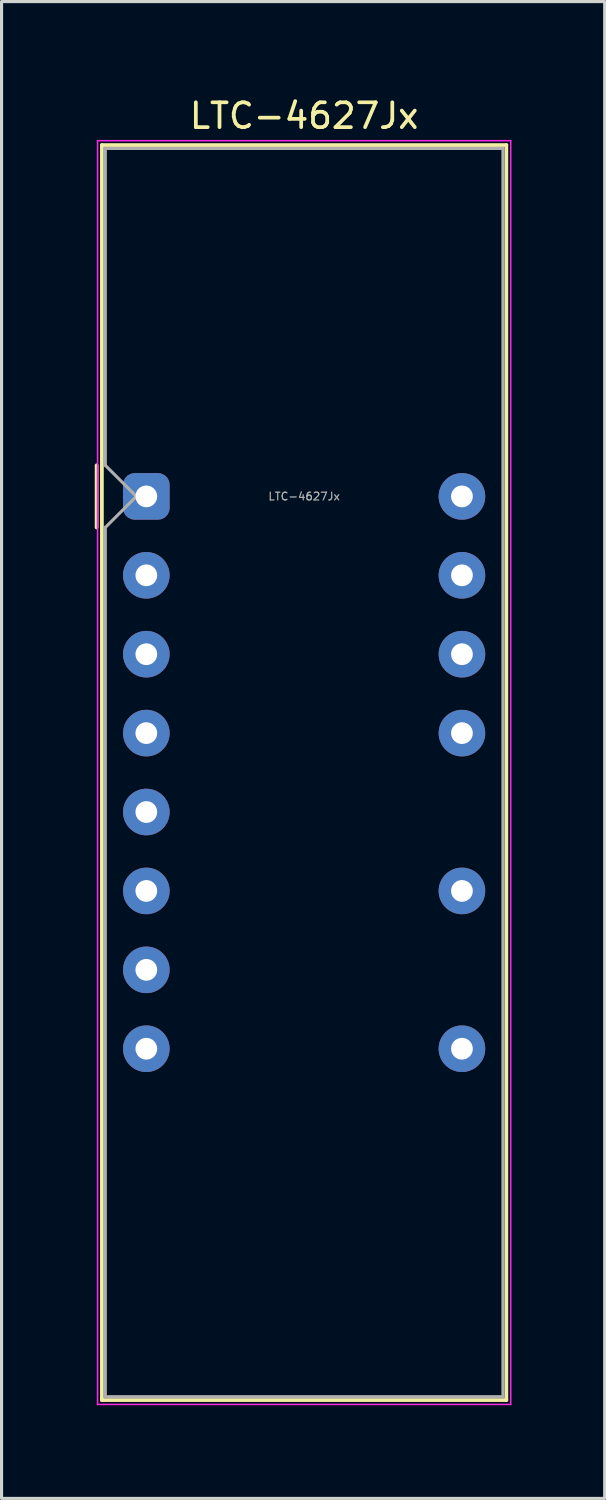
<source format=kicad_pcb>
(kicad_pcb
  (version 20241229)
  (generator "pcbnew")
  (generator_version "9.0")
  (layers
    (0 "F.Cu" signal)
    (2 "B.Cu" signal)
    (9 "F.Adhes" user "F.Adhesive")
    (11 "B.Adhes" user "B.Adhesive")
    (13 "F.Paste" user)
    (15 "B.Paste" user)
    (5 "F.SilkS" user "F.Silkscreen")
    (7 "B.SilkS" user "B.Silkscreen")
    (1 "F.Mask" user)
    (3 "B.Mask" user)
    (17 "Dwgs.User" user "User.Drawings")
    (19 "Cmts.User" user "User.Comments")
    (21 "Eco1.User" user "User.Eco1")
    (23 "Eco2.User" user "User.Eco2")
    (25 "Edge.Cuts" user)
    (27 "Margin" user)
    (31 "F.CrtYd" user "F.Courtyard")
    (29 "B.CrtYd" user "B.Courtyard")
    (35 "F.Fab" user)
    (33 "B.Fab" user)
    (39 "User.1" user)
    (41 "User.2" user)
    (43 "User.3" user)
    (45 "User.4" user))
  (footprint "LTC-4627Jx"
    (layer "F.Cu")
    (at 1.66 12.929)
    (property "Reference" "LTC-4627Jx" (at 5.08 -12.25 0) (layer "F.SilkS") (effects (font (size 0.8 0.8) (thickness 0.12))))
    (attr through_hole)
    (fp_line (start -1.6 -1) (end -1.6 1) (stroke (width 0.12) (type solid)) (layer "F.SilkS"))
    (fp_line (start -1.43 -11.31) (end -1.43 29.09) (stroke (width 0.12) (type solid)) (layer "F.SilkS"))
    (fp_line (start -1.43 -11.31) (end 11.59 -11.31) (stroke (width 0.12) (type solid)) (layer "F.SilkS"))
    (fp_line (start -1.43 29.09) (end 11.59 29.09) (stroke (width 0.12) (type solid)) (layer "F.SilkS"))
    (fp_line (start 11.59 -11.31) (end 11.59 29.09) (stroke (width 0.12) (type solid)) (layer "F.SilkS"))
    (fp_line (start -1.57 -11.45) (end -1.57 29.23) (stroke (width 0.05) (type solid)) (layer "F.CrtYd"))
    (fp_line (start -1.57 -11.45) (end 11.73 -11.45) (stroke (width 0.05) (type solid)) (layer "F.CrtYd"))
    (fp_line (start -1.57 29.23) (end 11.73 29.23) (stroke (width 0.05) (type solid)) (layer "F.CrtYd"))
    (fp_line (start 11.73 -11.45) (end 11.73 29.23) (stroke (width 0.05) (type solid)) (layer "F.CrtYd"))
    (fp_line (start -1.32 -11.2) (end -1.32 -1) (stroke (width 0.1) (type solid)) (layer "F.Fab"))
    (fp_line (start -1.32 -11.2) (end 11.48 -11.2) (stroke (width 0.1) (type solid)) (layer "F.Fab"))
    (fp_line (start -1.32 -1) (end -0.32 0) (stroke (width 0.1) (type solid)) (layer "F.Fab"))
    (fp_line (start -1.32 1) (end -1.32 28.98) (stroke (width 0.1) (type solid)) (layer "F.Fab"))
    (fp_line (start -1.32 28.98) (end 11.48 28.98) (stroke (width 0.1) (type solid)) (layer "F.Fab"))
    (fp_line (start -0.32 0) (end -1.32 1) (stroke (width 0.1) (type solid)) (layer "F.Fab"))
    (fp_line (start 11.48 -11.2) (end 11.48 28.98) (stroke (width 0.1) (type solid)) (layer "F.Fab"))
    (fp_text user "${REFERENCE}" (at 5.08 0 0) (layer "F.Fab") (effects (font (size 0.25 0.25) (thickness 0.04))))
    (pad "1" thru_hole roundrect (at 0 0) (size 1.5 1.5) (drill 0.7) (layers "*.Cu" "*.Mask") (roundrect_rratio 0.25))
    (pad "2" thru_hole circle (at 0 2.54) (size 1.5 1.5) (drill 0.7) (layers "*.Cu" "*.Mask"))
    (pad "3" thru_hole circle (at 0 5.08) (size 1.5 1.5) (drill 0.7) (layers "*.Cu" "*.Mask"))
    (pad "4" thru_hole circle (at 0 7.62) (size 1.5 1.5) (drill 0.7) (layers "*.Cu" "*.Mask"))
    (pad "5" thru_hole circle (at 0 10.16) (size 1.5 1.5) (drill 0.7) (layers "*.Cu" "*.Mask"))
    (pad "6" thru_hole circle (at 0 12.7) (size 1.5 1.5) (drill 0.7) (layers "*.Cu" "*.Mask"))
    (pad "7" thru_hole circle (at 0 15.24) (size 1.5 1.5) (drill 0.7) (layers "*.Cu" "*.Mask"))
    (pad "8" thru_hole circle (at 0 17.78) (size 1.5 1.5) (drill 0.7) (layers "*.Cu" "*.Mask"))
    (pad "9" thru_hole circle (at 10.16 17.78) (size 1.5 1.5) (drill 0.7) (layers "*.Cu" "*.Mask"))
    (pad "11" thru_hole circle (at 10.16 12.7) (size 1.5 1.5) (drill 0.7) (layers "*.Cu" "*.Mask"))
    (pad "13" thru_hole circle (at 10.16 7.62) (size 1.5 1.5) (drill 0.7) (layers "*.Cu" "*.Mask"))
    (pad "14" thru_hole circle (at 10.16 5.08) (size 1.5 1.5) (drill 0.7) (layers "*.Cu" "*.Mask"))
    (pad "15" thru_hole circle (at 10.16 2.54) (size 1.5 1.5) (drill 0.7) (layers "*.Cu" "*.Mask"))
    (pad "16" thru_hole circle (at 10.16 0) (size 1.5 1.5) (drill 0.7) (layers "*.Cu" "*.Mask")))
  (gr_rect
    (start -3 -3)
    (end 16.415 45.184)
    (stroke (width 0.1) (type default))
    (fill no)
    (layer "Edge.Cuts")))
</source>
